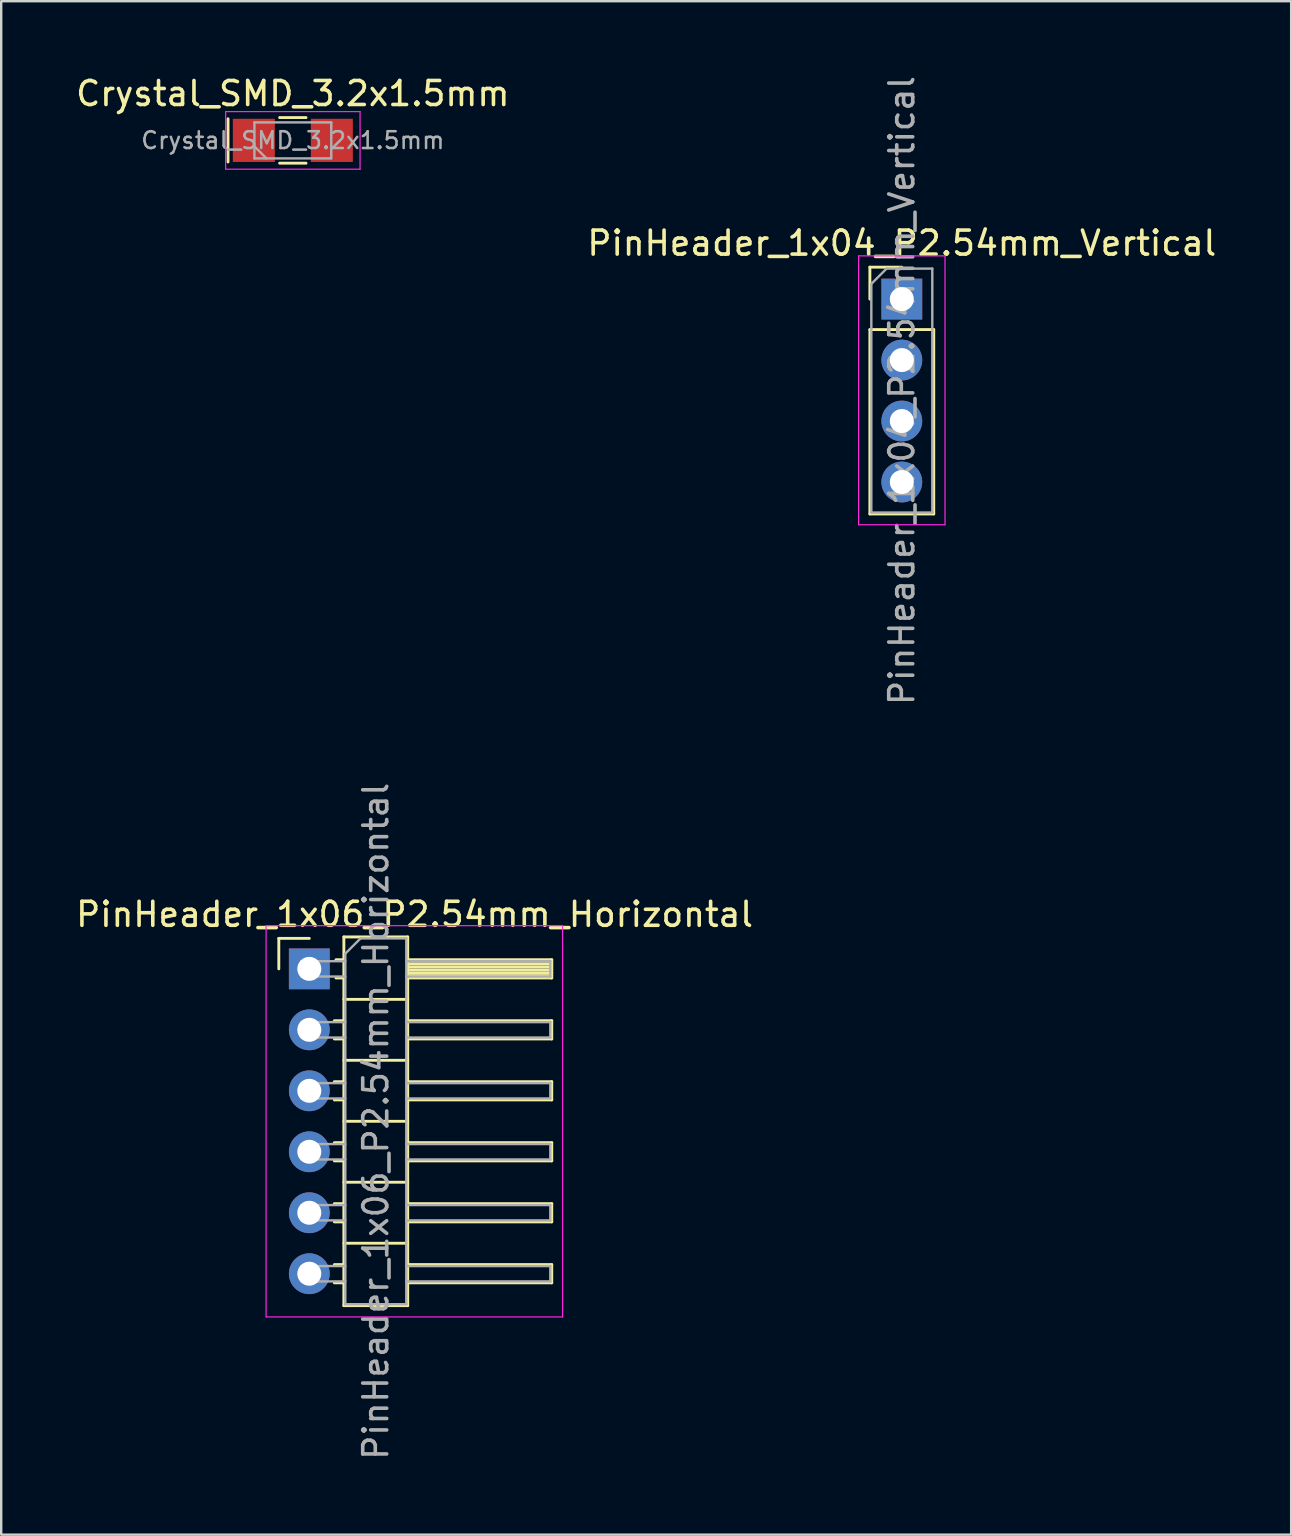
<source format=kicad_pcb>
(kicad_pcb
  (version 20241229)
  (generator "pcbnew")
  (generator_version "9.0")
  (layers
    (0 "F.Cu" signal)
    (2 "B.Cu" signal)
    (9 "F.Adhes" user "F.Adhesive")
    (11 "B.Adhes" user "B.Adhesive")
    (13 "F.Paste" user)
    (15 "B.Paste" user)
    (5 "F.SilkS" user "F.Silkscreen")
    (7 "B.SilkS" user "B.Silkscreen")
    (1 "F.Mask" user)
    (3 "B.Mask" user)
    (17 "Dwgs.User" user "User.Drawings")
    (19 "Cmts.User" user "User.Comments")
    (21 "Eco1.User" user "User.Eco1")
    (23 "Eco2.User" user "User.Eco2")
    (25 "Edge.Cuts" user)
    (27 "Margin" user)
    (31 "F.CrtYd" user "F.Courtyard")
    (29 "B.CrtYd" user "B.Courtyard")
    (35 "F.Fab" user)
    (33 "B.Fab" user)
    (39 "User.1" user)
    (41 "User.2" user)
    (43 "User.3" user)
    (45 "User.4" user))
  (footprint "PinHeader_1x06_P2.54mm_Horizontal"
    (layer "F.Cu")
    (at 9.835 37.311)
    (property "Reference" "PinHeader_1x06_P2.54mm_Horizontal" (at 4.385 -2.27 0) (layer "F.SilkS") (effects (font (size 1 1) (thickness 0.15))))
    (attr through_hole)
    (fp_line (start -1.27 -1.27) (end 0 -1.27) (stroke (width 0.12) (type solid)) (layer "F.SilkS"))
    (fp_line (start -1.27 0) (end -1.27 -1.27) (stroke (width 0.12) (type solid)) (layer "F.SilkS"))
    (fp_line (start 1.043 2.16) (end 1.44 2.16) (stroke (width 0.12) (type solid)) (layer "F.SilkS"))
    (fp_line (start 1.043 2.92) (end 1.44 2.92) (stroke (width 0.12) (type solid)) (layer "F.SilkS"))
    (fp_line (start 1.043 4.7) (end 1.44 4.7) (stroke (width 0.12) (type solid)) (layer "F.SilkS"))
    (fp_line (start 1.043 5.46) (end 1.44 5.46) (stroke (width 0.12) (type solid)) (layer "F.SilkS"))
    (fp_line (start 1.043 7.24) (end 1.44 7.24) (stroke (width 0.12) (type solid)) (layer "F.SilkS"))
    (fp_line (start 1.043 8) (end 1.44 8) (stroke (width 0.12) (type solid)) (layer "F.SilkS"))
    (fp_line (start 1.043 9.78) (end 1.44 9.78) (stroke (width 0.12) (type solid)) (layer "F.SilkS"))
    (fp_line (start 1.043 10.54) (end 1.44 10.54) (stroke (width 0.12) (type solid)) (layer "F.SilkS"))
    (fp_line (start 1.043 12.32) (end 1.44 12.32) (stroke (width 0.12) (type solid)) (layer "F.SilkS"))
    (fp_line (start 1.043 13.08) (end 1.44 13.08) (stroke (width 0.12) (type solid)) (layer "F.SilkS"))
    (fp_line (start 1.11 -0.38) (end 1.44 -0.38) (stroke (width 0.12) (type solid)) (layer "F.SilkS"))
    (fp_line (start 1.11 0.38) (end 1.44 0.38) (stroke (width 0.12) (type solid)) (layer "F.SilkS"))
    (fp_line (start 1.44 -1.33) (end 1.44 14.03) (stroke (width 0.12) (type solid)) (layer "F.SilkS"))
    (fp_line (start 1.44 1.27) (end 4.1 1.27) (stroke (width 0.12) (type solid)) (layer "F.SilkS"))
    (fp_line (start 1.44 3.81) (end 4.1 3.81) (stroke (width 0.12) (type solid)) (layer "F.SilkS"))
    (fp_line (start 1.44 6.35) (end 4.1 6.35) (stroke (width 0.12) (type solid)) (layer "F.SilkS"))
    (fp_line (start 1.44 8.89) (end 4.1 8.89) (stroke (width 0.12) (type solid)) (layer "F.SilkS"))
    (fp_line (start 1.44 11.43) (end 4.1 11.43) (stroke (width 0.12) (type solid)) (layer "F.SilkS"))
    (fp_line (start 1.44 14.03) (end 4.1 14.03) (stroke (width 0.12) (type solid)) (layer "F.SilkS"))
    (fp_line (start 4.1 -1.33) (end 1.44 -1.33) (stroke (width 0.12) (type solid)) (layer "F.SilkS"))
    (fp_line (start 4.1 -0.38) (end 10.1 -0.38) (stroke (width 0.12) (type solid)) (layer "F.SilkS"))
    (fp_line (start 4.1 -0.32) (end 10.1 -0.32) (stroke (width 0.12) (type solid)) (layer "F.SilkS"))
    (fp_line (start 4.1 -0.2) (end 10.1 -0.2) (stroke (width 0.12) (type solid)) (layer "F.SilkS"))
    (fp_line (start 4.1 -0.08) (end 10.1 -0.08) (stroke (width 0.12) (type solid)) (layer "F.SilkS"))
    (fp_line (start 4.1 0.04) (end 10.1 0.04) (stroke (width 0.12) (type solid)) (layer "F.SilkS"))
    (fp_line (start 4.1 0.16) (end 10.1 0.16) (stroke (width 0.12) (type solid)) (layer "F.SilkS"))
    (fp_line (start 4.1 0.28) (end 10.1 0.28) (stroke (width 0.12) (type solid)) (layer "F.SilkS"))
    (fp_line (start 4.1 2.16) (end 10.1 2.16) (stroke (width 0.12) (type solid)) (layer "F.SilkS"))
    (fp_line (start 4.1 4.7) (end 10.1 4.7) (stroke (width 0.12) (type solid)) (layer "F.SilkS"))
    (fp_line (start 4.1 7.24) (end 10.1 7.24) (stroke (width 0.12) (type solid)) (layer "F.SilkS"))
    (fp_line (start 4.1 9.78) (end 10.1 9.78) (stroke (width 0.12) (type solid)) (layer "F.SilkS"))
    (fp_line (start 4.1 12.32) (end 10.1 12.32) (stroke (width 0.12) (type solid)) (layer "F.SilkS"))
    (fp_line (start 4.1 14.03) (end 4.1 -1.33) (stroke (width 0.12) (type solid)) (layer "F.SilkS"))
    (fp_line (start 10.1 -0.38) (end 10.1 0.38) (stroke (width 0.12) (type solid)) (layer "F.SilkS"))
    (fp_line (start 10.1 0.38) (end 4.1 0.38) (stroke (width 0.12) (type solid)) (layer "F.SilkS"))
    (fp_line (start 10.1 2.16) (end 10.1 2.92) (stroke (width 0.12) (type solid)) (layer "F.SilkS"))
    (fp_line (start 10.1 2.92) (end 4.1 2.92) (stroke (width 0.12) (type solid)) (layer "F.SilkS"))
    (fp_line (start 10.1 4.7) (end 10.1 5.46) (stroke (width 0.12) (type solid)) (layer "F.SilkS"))
    (fp_line (start 10.1 5.46) (end 4.1 5.46) (stroke (width 0.12) (type solid)) (layer "F.SilkS"))
    (fp_line (start 10.1 7.24) (end 10.1 8) (stroke (width 0.12) (type solid)) (layer "F.SilkS"))
    (fp_line (start 10.1 8) (end 4.1 8) (stroke (width 0.12) (type solid)) (layer "F.SilkS"))
    (fp_line (start 10.1 9.78) (end 10.1 10.54) (stroke (width 0.12) (type solid)) (layer "F.SilkS"))
    (fp_line (start 10.1 10.54) (end 4.1 10.54) (stroke (width 0.12) (type solid)) (layer "F.SilkS"))
    (fp_line (start 10.1 12.32) (end 10.1 13.08) (stroke (width 0.12) (type solid)) (layer "F.SilkS"))
    (fp_line (start 10.1 13.08) (end 4.1 13.08) (stroke (width 0.12) (type solid)) (layer "F.SilkS"))
    (fp_line (start -1.8 -1.8) (end -1.8 14.5) (stroke (width 0.05) (type solid)) (layer "F.CrtYd"))
    (fp_line (start -1.8 14.5) (end 10.55 14.5) (stroke (width 0.05) (type solid)) (layer "F.CrtYd"))
    (fp_line (start 10.55 -1.8) (end -1.8 -1.8) (stroke (width 0.05) (type solid)) (layer "F.CrtYd"))
    (fp_line (start 10.55 14.5) (end 10.55 -1.8) (stroke (width 0.05) (type solid)) (layer "F.CrtYd"))
    (fp_line (start -0.32 -0.32) (end -0.32 0.32) (stroke (width 0.1) (type solid)) (layer "F.Fab"))
    (fp_line (start -0.32 -0.32) (end 1.5 -0.32) (stroke (width 0.1) (type solid)) (layer "F.Fab"))
    (fp_line (start -0.32 0.32) (end 1.5 0.32) (stroke (width 0.1) (type solid)) (layer "F.Fab"))
    (fp_line (start -0.32 2.22) (end -0.32 2.86) (stroke (width 0.1) (type solid)) (layer "F.Fab"))
    (fp_line (start -0.32 2.22) (end 1.5 2.22) (stroke (width 0.1) (type solid)) (layer "F.Fab"))
    (fp_line (start -0.32 2.86) (end 1.5 2.86) (stroke (width 0.1) (type solid)) (layer "F.Fab"))
    (fp_line (start -0.32 4.76) (end -0.32 5.4) (stroke (width 0.1) (type solid)) (layer "F.Fab"))
    (fp_line (start -0.32 4.76) (end 1.5 4.76) (stroke (width 0.1) (type solid)) (layer "F.Fab"))
    (fp_line (start -0.32 5.4) (end 1.5 5.4) (stroke (width 0.1) (type solid)) (layer "F.Fab"))
    (fp_line (start -0.32 7.3) (end -0.32 7.94) (stroke (width 0.1) (type solid)) (layer "F.Fab"))
    (fp_line (start -0.32 7.3) (end 1.5 7.3) (stroke (width 0.1) (type solid)) (layer "F.Fab"))
    (fp_line (start -0.32 7.94) (end 1.5 7.94) (stroke (width 0.1) (type solid)) (layer "F.Fab"))
    (fp_line (start -0.32 9.84) (end -0.32 10.48) (stroke (width 0.1) (type solid)) (layer "F.Fab"))
    (fp_line (start -0.32 9.84) (end 1.5 9.84) (stroke (width 0.1) (type solid)) (layer "F.Fab"))
    (fp_line (start -0.32 10.48) (end 1.5 10.48) (stroke (width 0.1) (type solid)) (layer "F.Fab"))
    (fp_line (start -0.32 12.38) (end -0.32 13.02) (stroke (width 0.1) (type solid)) (layer "F.Fab"))
    (fp_line (start -0.32 12.38) (end 1.5 12.38) (stroke (width 0.1) (type solid)) (layer "F.Fab"))
    (fp_line (start -0.32 13.02) (end 1.5 13.02) (stroke (width 0.1) (type solid)) (layer "F.Fab"))
    (fp_line (start 1.5 -0.635) (end 2.135 -1.27) (stroke (width 0.1) (type solid)) (layer "F.Fab"))
    (fp_line (start 1.5 13.97) (end 1.5 -0.635) (stroke (width 0.1) (type solid)) (layer "F.Fab"))
    (fp_line (start 2.135 -1.27) (end 4.04 -1.27) (stroke (width 0.1) (type solid)) (layer "F.Fab"))
    (fp_line (start 4.04 -1.27) (end 4.04 13.97) (stroke (width 0.1) (type solid)) (layer "F.Fab"))
    (fp_line (start 4.04 -0.32) (end 10.04 -0.32) (stroke (width 0.1) (type solid)) (layer "F.Fab"))
    (fp_line (start 4.04 0.32) (end 10.04 0.32) (stroke (width 0.1) (type solid)) (layer "F.Fab"))
    (fp_line (start 4.04 2.22) (end 10.04 2.22) (stroke (width 0.1) (type solid)) (layer "F.Fab"))
    (fp_line (start 4.04 2.86) (end 10.04 2.86) (stroke (width 0.1) (type solid)) (layer "F.Fab"))
    (fp_line (start 4.04 4.76) (end 10.04 4.76) (stroke (width 0.1) (type solid)) (layer "F.Fab"))
    (fp_line (start 4.04 5.4) (end 10.04 5.4) (stroke (width 0.1) (type solid)) (layer "F.Fab"))
    (fp_line (start 4.04 7.3) (end 10.04 7.3) (stroke (width 0.1) (type solid)) (layer "F.Fab"))
    (fp_line (start 4.04 7.94) (end 10.04 7.94) (stroke (width 0.1) (type solid)) (layer "F.Fab"))
    (fp_line (start 4.04 9.84) (end 10.04 9.84) (stroke (width 0.1) (type solid)) (layer "F.Fab"))
    (fp_line (start 4.04 10.48) (end 10.04 10.48) (stroke (width 0.1) (type solid)) (layer "F.Fab"))
    (fp_line (start 4.04 12.38) (end 10.04 12.38) (stroke (width 0.1) (type solid)) (layer "F.Fab"))
    (fp_line (start 4.04 13.02) (end 10.04 13.02) (stroke (width 0.1) (type solid)) (layer "F.Fab"))
    (fp_line (start 4.04 13.97) (end 1.5 13.97) (stroke (width 0.1) (type solid)) (layer "F.Fab"))
    (fp_line (start 10.04 -0.32) (end 10.04 0.32) (stroke (width 0.1) (type solid)) (layer "F.Fab"))
    (fp_line (start 10.04 2.22) (end 10.04 2.86) (stroke (width 0.1) (type solid)) (layer "F.Fab"))
    (fp_line (start 10.04 4.76) (end 10.04 5.4) (stroke (width 0.1) (type solid)) (layer "F.Fab"))
    (fp_line (start 10.04 7.3) (end 10.04 7.94) (stroke (width 0.1) (type solid)) (layer "F.Fab"))
    (fp_line (start 10.04 9.84) (end 10.04 10.48) (stroke (width 0.1) (type solid)) (layer "F.Fab"))
    (fp_line (start 10.04 12.38) (end 10.04 13.02) (stroke (width 0.1) (type solid)) (layer "F.Fab"))
    (fp_text user "${REFERENCE}" (at 2.77 6.35 90) (layer "F.Fab") (effects (font (size 1 1) (thickness 0.15))))
    (pad "1" thru_hole rect (at 0 0) (size 1.7 1.7) (drill 1) (layers "*.Cu" "*.Mask"))
    (pad "2" thru_hole oval (at 0 2.54) (size 1.7 1.7) (drill 1) (layers "*.Cu" "*.Mask"))
    (pad "3" thru_hole oval (at 0 5.08) (size 1.7 1.7) (drill 1) (layers "*.Cu" "*.Mask"))
    (pad "4" thru_hole oval (at 0 7.62) (size 1.7 1.7) (drill 1) (layers "*.Cu" "*.Mask"))
    (pad "5" thru_hole oval (at 0 10.16) (size 1.7 1.7) (drill 1) (layers "*.Cu" "*.Mask"))
    (pad "6" thru_hole oval (at 0 12.7) (size 1.7 1.7) (drill 1) (layers "*.Cu" "*.Mask")))
  (footprint "PinHeader_1x04_P2.54mm_Vertical"
    (layer "F.Cu")
    (at 34.518 9.41)
    (property "Reference" "PinHeader_1x04_P2.54mm_Vertical" (at 0 -2.33 0) (layer "F.SilkS") (effects (font (size 1 1) (thickness 0.15))))
    (attr through_hole)
    (fp_line (start -1.33 -1.33) (end 0 -1.33) (stroke (width 0.12) (type solid)) (layer "F.SilkS"))
    (fp_line (start -1.33 0) (end -1.33 -1.33) (stroke (width 0.12) (type solid)) (layer "F.SilkS"))
    (fp_line (start -1.33 1.27) (end -1.33 8.95) (stroke (width 0.12) (type solid)) (layer "F.SilkS"))
    (fp_line (start -1.33 1.27) (end 1.33 1.27) (stroke (width 0.12) (type solid)) (layer "F.SilkS"))
    (fp_line (start -1.33 8.95) (end 1.33 8.95) (stroke (width 0.12) (type solid)) (layer "F.SilkS"))
    (fp_line (start 1.33 1.27) (end 1.33 8.95) (stroke (width 0.12) (type solid)) (layer "F.SilkS"))
    (fp_line (start -1.8 -1.8) (end -1.8 9.4) (stroke (width 0.05) (type solid)) (layer "F.CrtYd"))
    (fp_line (start -1.8 9.4) (end 1.8 9.4) (stroke (width 0.05) (type solid)) (layer "F.CrtYd"))
    (fp_line (start 1.8 -1.8) (end -1.8 -1.8) (stroke (width 0.05) (type solid)) (layer "F.CrtYd"))
    (fp_line (start 1.8 9.4) (end 1.8 -1.8) (stroke (width 0.05) (type solid)) (layer "F.CrtYd"))
    (fp_line (start -1.27 -0.635) (end -0.635 -1.27) (stroke (width 0.1) (type solid)) (layer "F.Fab"))
    (fp_line (start -1.27 8.89) (end -1.27 -0.635) (stroke (width 0.1) (type solid)) (layer "F.Fab"))
    (fp_line (start -0.635 -1.27) (end 1.27 -1.27) (stroke (width 0.1) (type solid)) (layer "F.Fab"))
    (fp_line (start 1.27 -1.27) (end 1.27 8.89) (stroke (width 0.1) (type solid)) (layer "F.Fab"))
    (fp_line (start 1.27 8.89) (end -1.27 8.89) (stroke (width 0.1) (type solid)) (layer "F.Fab"))
    (fp_text user "${REFERENCE}" (at 0 3.81 90) (layer "F.Fab") (effects (font (size 1 1) (thickness 0.15))))
    (pad "1" thru_hole rect (at 0 0) (size 1.7 1.7) (drill 1) (layers "*.Cu" "*.Mask"))
    (pad "2" thru_hole oval (at 0 2.54) (size 1.7 1.7) (drill 1) (layers "*.Cu" "*.Mask"))
    (pad "3" thru_hole oval (at 0 5.08) (size 1.7 1.7) (drill 1) (layers "*.Cu" "*.Mask"))
    (pad "4" thru_hole oval (at 0 7.62) (size 1.7 1.7) (drill 1) (layers "*.Cu" "*.Mask")))
  (footprint "Crystal_SMD_3.2x1.5mm"
    (layer "F.Cu")
    (at 9.149 2.798)
    (property "Reference" "Crystal_SMD_3.2x1.5mm" (at 0 -1.95 0) (layer "F.SilkS") (effects (font (size 1 1) (thickness 0.15))))
    (attr smd)
    (fp_line (start -2.7 -0.9) (end -2.7 0.9) (stroke (width 0.12) (type solid)) (layer "F.SilkS"))
    (fp_line (start -0.55 -0.95) (end 0.55 -0.95) (stroke (width 0.12) (type solid)) (layer "F.SilkS"))
    (fp_line (start -0.55 0.95) (end 0.55 0.95) (stroke (width 0.12) (type solid)) (layer "F.SilkS"))
    (fp_line (start -2.8 -1.2) (end -2.8 1.2) (stroke (width 0.05) (type solid)) (layer "F.CrtYd"))
    (fp_line (start -2.8 1.2) (end 2.8 1.2) (stroke (width 0.05) (type solid)) (layer "F.CrtYd"))
    (fp_line (start 2.8 -1.2) (end -2.8 -1.2) (stroke (width 0.05) (type solid)) (layer "F.CrtYd"))
    (fp_line (start 2.8 1.2) (end 2.8 -1.2) (stroke (width 0.05) (type solid)) (layer "F.CrtYd"))
    (fp_line (start -1.6 -0.75) (end -1.6 0.75) (stroke (width 0.1) (type solid)) (layer "F.Fab"))
    (fp_line (start -1.6 0.25) (end -1.1 0.75) (stroke (width 0.1) (type solid)) (layer "F.Fab"))
    (fp_line (start -1.6 0.75) (end 1.6 0.75) (stroke (width 0.1) (type solid)) (layer "F.Fab"))
    (fp_line (start 1.6 -0.75) (end -1.6 -0.75) (stroke (width 0.1) (type solid)) (layer "F.Fab"))
    (fp_line (start 1.6 0.75) (end 1.6 -0.75) (stroke (width 0.1) (type solid)) (layer "F.Fab"))
    (fp_text user "${REFERENCE}" (at 0 0 0) (layer "F.Fab") (effects (font (size 0.7 0.7) (thickness 0.105))))
    (pad "1" smd rect (at -1.625 0) (size 1.75 1.8) (layers "F.Cu" "F.Mask" "F.Paste"))
    (pad "2" smd rect (at 1.625 0) (size 1.75 1.8) (layers "F.Cu" "F.Mask" "F.Paste")))
  (gr_rect
    (start -3 -3)
    (end 50.738 60.881)
    (stroke (width 0.1) (type default))
    (fill no)
    (layer "Edge.Cuts")))
</source>
